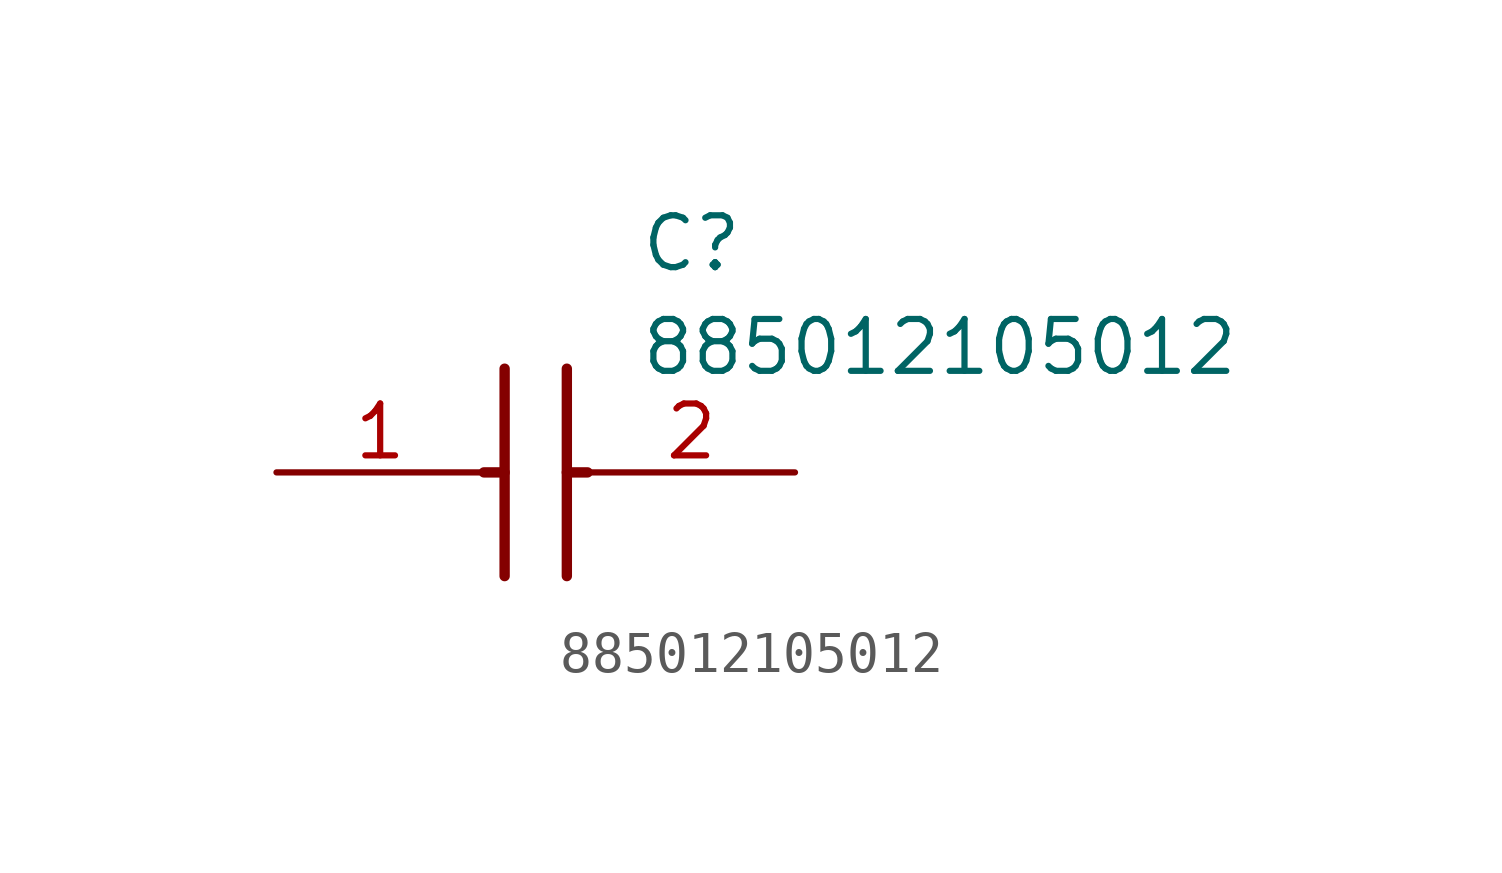
<source format=kicad_sym>
(kicad_symbol_lib
  (version 20211014)
  (generator SamacSys_ECAD_Model)
  (symbol "885012105012"
    (pin_names hide)
    (property "Reference" "C"
      (at 8.89 6.35 0)
      (effects (font (size 1.27 1.27)) (justify left top)))
    (property "Value" "885012105012"
      (at 8.89 3.81 0)
      (effects (font (size 1.27 1.27)) (justify left top)))
    (polyline
      (pts (xy 5.588 2.54) (xy 5.588 -2.54))
      (stroke (width 0.254) (type default))
      (fill (type none)))
    (polyline
      (pts (xy 7.112 2.54) (xy 7.112 -2.54))
      (stroke (width 0.254) (type default))
      (fill (type none)))
    (polyline
      (pts (xy 5.08 0) (xy 5.588 0))
      (stroke (width 0.254) (type default))
      (fill (type none)))
    (polyline
      (pts (xy 7.112 0) (xy 7.62 0))
      (stroke (width 0.254) (type default))
      (fill (type none)))
    (pin passive line
      (at 0 0 0)
      (length 5.08)
      (name "1" (effects (font (size 1.27 1.27))))
      (number "1" (effects (font (size 1.27 1.27)))))
    (pin passive line
      (at 12.7 0 180)
      (length 5.08)
      (name "2" (effects (font (size 1.27 1.27))))
      (number "2" (effects (font (size 1.27 1.27)))))))
</source>
